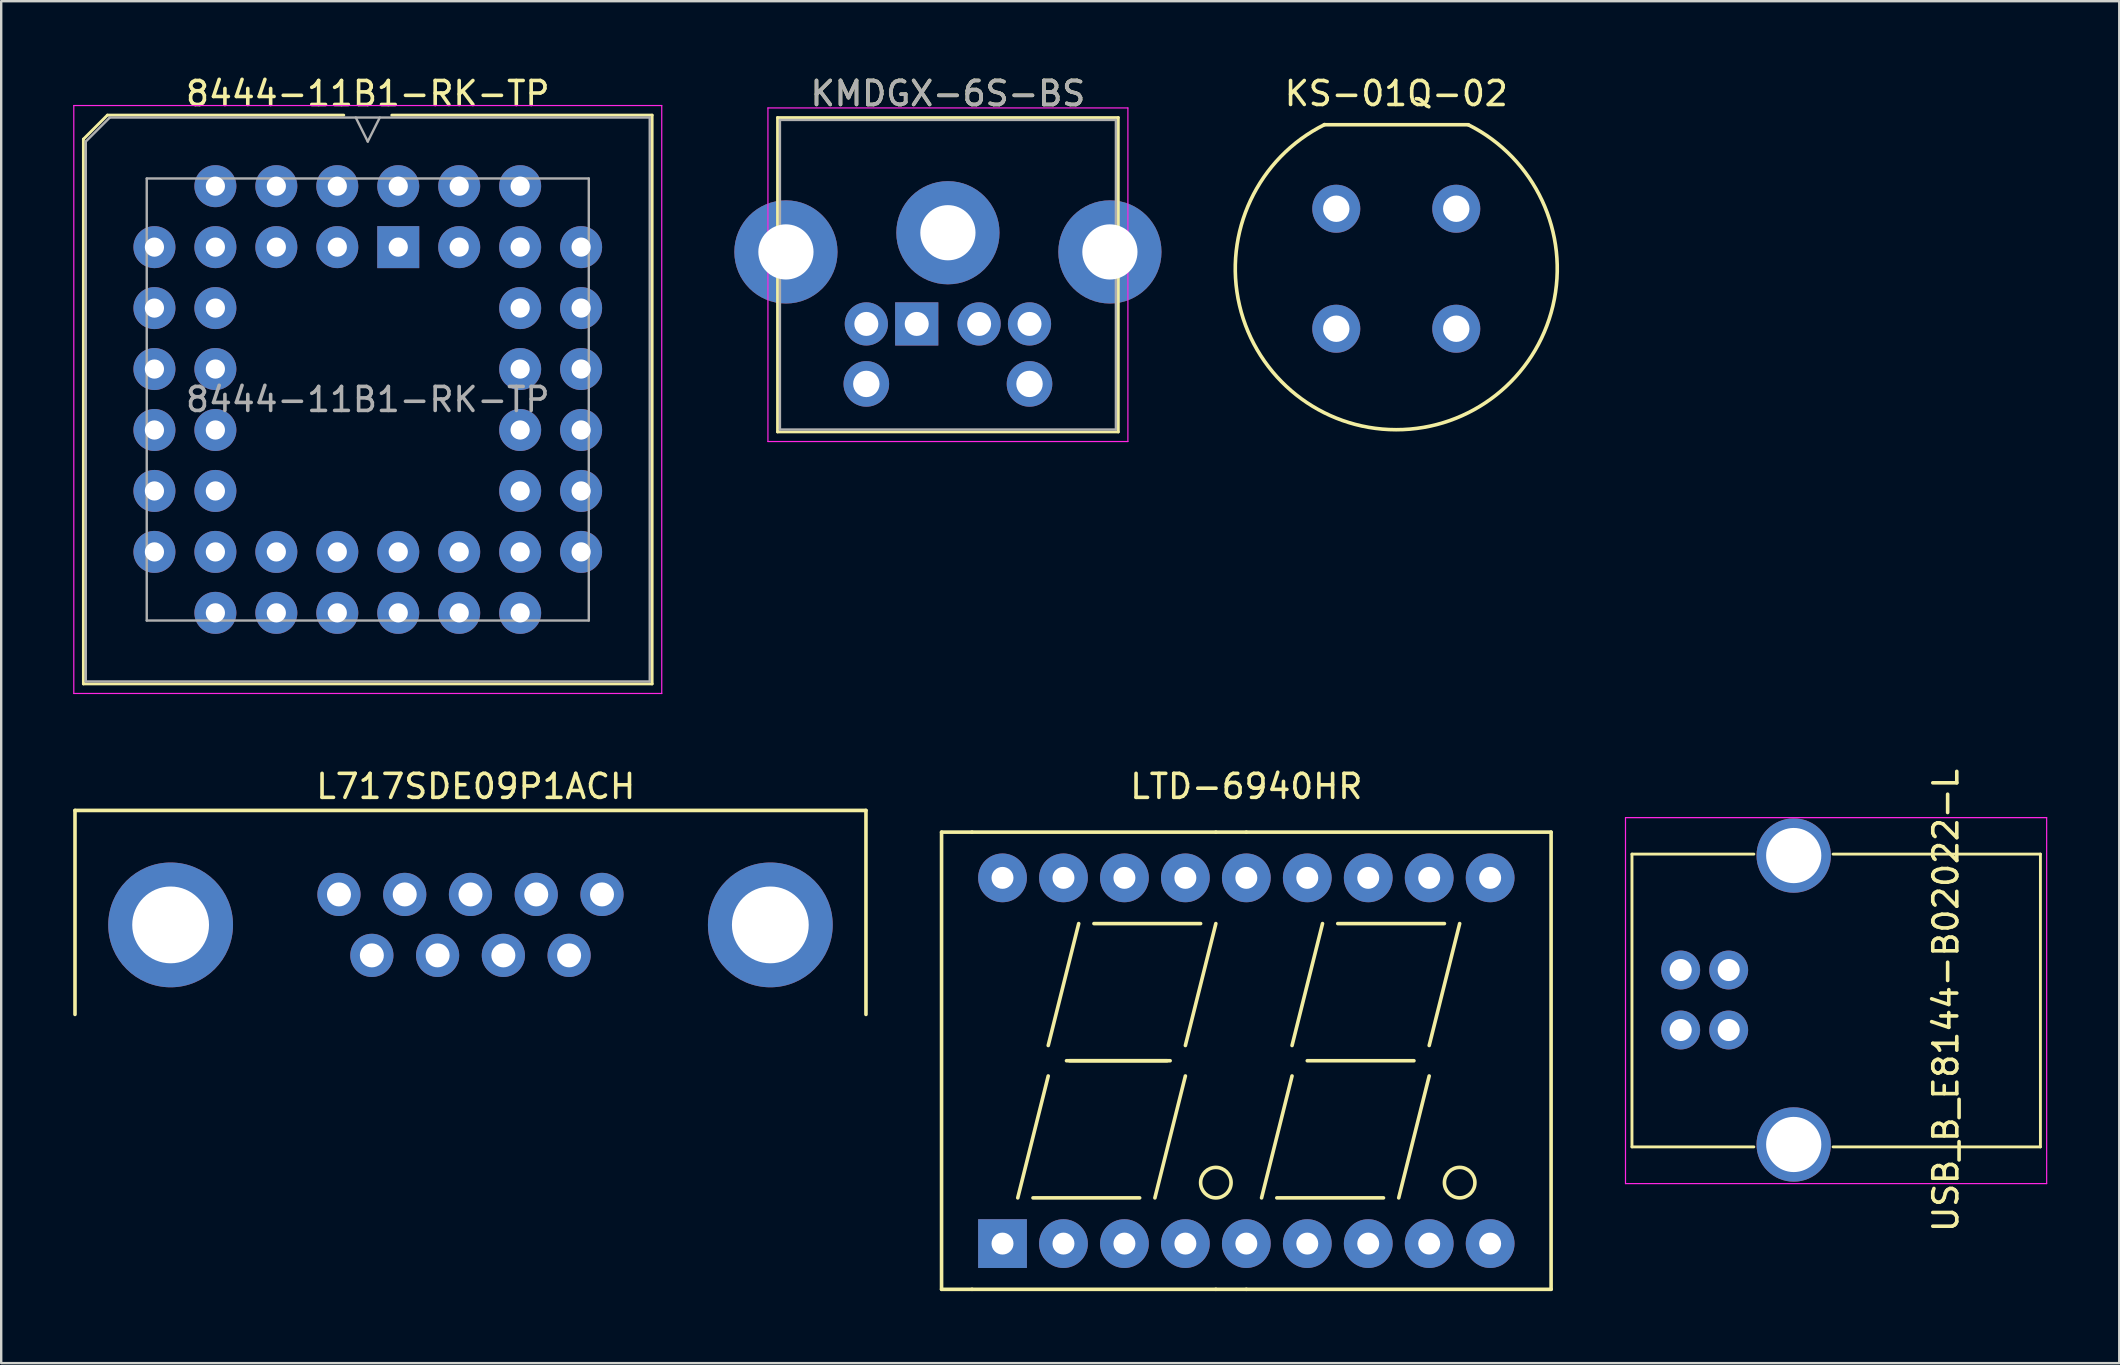
<source format=kicad_pcb>
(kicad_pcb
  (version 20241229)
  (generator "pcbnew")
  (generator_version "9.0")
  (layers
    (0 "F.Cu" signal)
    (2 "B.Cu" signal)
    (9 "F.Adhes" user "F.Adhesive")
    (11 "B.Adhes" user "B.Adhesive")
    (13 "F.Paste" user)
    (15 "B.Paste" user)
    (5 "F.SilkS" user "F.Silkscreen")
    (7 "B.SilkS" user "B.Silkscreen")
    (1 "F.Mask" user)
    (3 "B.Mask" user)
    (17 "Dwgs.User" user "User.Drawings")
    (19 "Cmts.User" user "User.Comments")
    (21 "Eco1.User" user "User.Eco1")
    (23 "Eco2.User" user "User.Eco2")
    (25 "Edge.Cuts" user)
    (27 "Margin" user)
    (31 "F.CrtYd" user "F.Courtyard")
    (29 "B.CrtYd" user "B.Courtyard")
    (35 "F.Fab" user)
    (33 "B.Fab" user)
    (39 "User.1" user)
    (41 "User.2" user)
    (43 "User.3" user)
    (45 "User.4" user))
  (footprint "L717SDE09P1ACH"
    (layer "F.Cu")
    (at 11.075 34.221)
    (property "Reference" "L717SDE09P1ACH" (at 5.7 -4.5 0) (layer "F.SilkS") (effects (font (size 1 1) (thickness 0.15))))
    (attr through_hole)
    (fp_line (start -11 -3.5) (end -11 5) (stroke (width 0.15) (type solid)) (layer "F.SilkS"))
    (fp_line (start -11 -3.5) (end 21.96 -3.5) (stroke (width 0.15) (type solid)) (layer "F.SilkS"))
    (fp_line (start 21.96 -3.5) (end 21.96 5) (stroke (width 0.15) (type solid)) (layer "F.SilkS"))
    (pad "0" thru_hole circle (at -7.015 1.27) (size 5.2 5.2) (drill 3.2) (layers "*.Cu" "*.Mask"))
    (pad "0" thru_hole circle (at 17.975 1.27) (size 5.2 5.2) (drill 3.2) (layers "*.Cu" "*.Mask"))
    (pad "1" thru_hole circle (at 0 0) (size 1.8 1.8) (drill 1) (layers "*.Cu" "*.Mask"))
    (pad "2" thru_hole circle (at 2.74 0) (size 1.8 1.8) (drill 1) (layers "*.Cu" "*.Mask"))
    (pad "3" thru_hole circle (at 5.48 0) (size 1.8 1.8) (drill 1) (layers "*.Cu" "*.Mask"))
    (pad "4" thru_hole circle (at 8.22 0) (size 1.8 1.8) (drill 1) (layers "*.Cu" "*.Mask"))
    (pad "5" thru_hole circle (at 10.96 0) (size 1.8 1.8) (drill 1) (layers "*.Cu" "*.Mask"))
    (pad "6" thru_hole circle (at 1.37 2.54) (size 1.8 1.8) (drill 1) (layers "*.Cu" "*.Mask"))
    (pad "7" thru_hole circle (at 4.11 2.54) (size 1.8 1.8) (drill 1) (layers "*.Cu" "*.Mask"))
    (pad "8" thru_hole circle (at 6.85 2.54) (size 1.8 1.8) (drill 1) (layers "*.Cu" "*.Mask"))
    (pad "9" thru_hole circle (at 9.59 2.54) (size 1.8 1.8) (drill 1) (layers "*.Cu" "*.Mask")))
  (footprint "LTD-6940HR"
    (layer "F.Cu")
    (at 48.885 41.151)
    (property "Reference" "LTD-6940HR" (at 0 -11.43 0) (layer "F.SilkS") (effects (font (size 1 1) (thickness 0.15))))
    (attr through_hole)
    (fp_line (start -12.7 -9.525) (end -12.7 9.525) (stroke (width 0.15) (type solid)) (layer "F.SilkS"))
    (fp_line (start -12.7 9.525) (end -11.43 9.525) (stroke (width 0.15) (type solid)) (layer "F.SilkS"))
    (fp_line (start -11.43 -9.525) (end -12.7 -9.525) (stroke (width 0.15) (type solid)) (layer "F.SilkS"))
    (fp_line (start -11.43 9.525) (end -1.27 9.525) (stroke (width 0.15) (type solid)) (layer "F.SilkS"))
    (fp_line (start -8.89 5.715) (end -4.445 5.715) (stroke (width 0.15) (type solid)) (layer "F.SilkS"))
    (fp_line (start -8.255 -0.635) (end -6.985 -5.715) (stroke (width 0.15) (type solid)) (layer "F.SilkS"))
    (fp_line (start -8.255 0.635) (end -9.525 5.715) (stroke (width 0.15) (type solid)) (layer "F.SilkS"))
    (fp_line (start -7.493 0) (end -3.175 0) (stroke (width 0.15) (type solid)) (layer "F.SilkS"))
    (fp_line (start -7.366 0) (end -3.302 0) (stroke (width 0.15) (type solid)) (layer "F.SilkS"))
    (fp_line (start -6.35 -5.715) (end -1.905 -5.715) (stroke (width 0.15) (type solid)) (layer "F.SilkS"))
    (fp_line (start -2.54 -0.635) (end -1.27 -5.715) (stroke (width 0.15) (type solid)) (layer "F.SilkS"))
    (fp_line (start -2.54 0.635) (end -3.81 5.715) (stroke (width 0.15) (type solid)) (layer "F.SilkS"))
    (fp_line (start -1.27 -9.525) (end -11.43 -9.525) (stroke (width 0.15) (type solid)) (layer "F.SilkS"))
    (fp_line (start -1.27 9.525) (end 0 9.525) (stroke (width 0.15) (type solid)) (layer "F.SilkS"))
    (fp_line (start 0 -9.525) (end -1.27 -9.525) (stroke (width 0.15) (type solid)) (layer "F.SilkS"))
    (fp_line (start 0 -9.525) (end 12.7 -9.525) (stroke (width 0.15) (type solid)) (layer "F.SilkS"))
    (fp_line (start 0.635 5.715) (end 1.905 0.635) (stroke (width 0.15) (type solid)) (layer "F.SilkS"))
    (fp_line (start 1.27 5.715) (end 5.715 5.715) (stroke (width 0.15) (type solid)) (layer "F.SilkS"))
    (fp_line (start 1.905 -0.635) (end 3.175 -5.715) (stroke (width 0.15) (type solid)) (layer "F.SilkS"))
    (fp_line (start 2.54 0) (end 6.985 0) (stroke (width 0.15) (type solid)) (layer "F.SilkS"))
    (fp_line (start 3.81 -5.715) (end 8.255 -5.715) (stroke (width 0.15) (type solid)) (layer "F.SilkS"))
    (fp_line (start 7.62 -0.635) (end 8.89 -5.715) (stroke (width 0.15) (type solid)) (layer "F.SilkS"))
    (fp_line (start 7.62 0.635) (end 6.35 5.715) (stroke (width 0.15) (type solid)) (layer "F.SilkS"))
    (fp_line (start 12.7 -9.525) (end 12.7 9.525) (stroke (width 0.15) (type solid)) (layer "F.SilkS"))
    (fp_line (start 12.7 9.525) (end 0 9.525) (stroke (width 0.15) (type solid)) (layer "F.SilkS"))
    (fp_circle (center -1.27 5.08) (end -0.635 5.08) (stroke (width 0.15) (type solid)) (fill no) (layer "F.SilkS"))
    (fp_circle (center 8.89 5.08) (end 9.525 5.08) (stroke (width 0.15) (type solid)) (fill no) (layer "F.SilkS"))
    (pad "1" thru_hole rect (at -10.16 7.62) (size 2.032 2.032) (drill 0.914) (layers "*.Cu" "*.Mask"))
    (pad "2" thru_hole circle (at -7.62 7.62) (size 2.032 2.032) (drill 0.914) (layers "*.Cu" "*.Mask"))
    (pad "3" thru_hole circle (at -5.08 7.62) (size 2.032 2.032) (drill 0.914) (layers "*.Cu" "*.Mask"))
    (pad "4" thru_hole circle (at -2.54 7.62) (size 2.032 2.032) (drill 0.914) (layers "*.Cu" "*.Mask"))
    (pad "5" thru_hole circle (at 0 7.62) (size 2.032 2.032) (drill 0.914) (layers "*.Cu" "*.Mask"))
    (pad "6" thru_hole circle (at 2.54 7.62) (size 2.032 2.032) (drill 0.914) (layers "*.Cu" "*.Mask"))
    (pad "7" thru_hole circle (at 5.08 7.62) (size 2.032 2.032) (drill 0.914) (layers "*.Cu" "*.Mask"))
    (pad "8" thru_hole circle (at 7.62 7.62) (size 2.032 2.032) (drill 0.914) (layers "*.Cu" "*.Mask"))
    (pad "9" thru_hole circle (at 10.16 7.62) (size 2.032 2.032) (drill 0.914) (layers "*.Cu" "*.Mask"))
    (pad "10" thru_hole circle (at 10.16 -7.62) (size 2.032 2.032) (drill 0.914) (layers "*.Cu" "*.Mask"))
    (pad "11" thru_hole circle (at 7.62 -7.62) (size 2.032 2.032) (drill 0.914) (layers "*.Cu" "*.Mask"))
    (pad "12" thru_hole circle (at 5.08 -7.62) (size 2.032 2.032) (drill 0.914) (layers "*.Cu" "*.Mask"))
    (pad "13" thru_hole circle (at 2.54 -7.62) (size 2.032 2.032) (drill 0.914) (layers "*.Cu" "*.Mask"))
    (pad "14" thru_hole circle (at 0 -7.62) (size 2.032 2.032) (drill 0.914) (layers "*.Cu" "*.Mask"))
    (pad "15" thru_hole circle (at -2.54 -7.62) (size 2.032 2.032) (drill 0.914) (layers "*.Cu" "*.Mask"))
    (pad "16" thru_hole circle (at -5.08 -7.62) (size 2.032 2.032) (drill 0.914) (layers "*.Cu" "*.Mask"))
    (pad "17" thru_hole circle (at -7.62 -7.62) (size 2.032 2.032) (drill 0.914) (layers "*.Cu" "*.Mask"))
    (pad "18" thru_hole circle (at -10.16 -7.62) (size 2.032 2.032) (drill 0.914) (layers "*.Cu" "*.Mask")))
  (footprint "KS-01Q-02"
    (layer "F.Cu")
    (at 55.133 8.148)
    (property "Reference" "KS-01Q-02" (at 0 -7.3 0) (layer "F.SilkS") (effects (font (size 1 1) (thickness 0.15))))
    (attr through_hole)
    (fp_line (start -3 -6) (end 3 -6) (stroke (width 0.15) (type solid)) (layer "F.SilkS"))
    (fp_arc (start 3 -6) (mid -0.007616 6.7082) (end -2.986368 -6.006797) (stroke (width 0.15) (type solid)) (layer "F.SilkS"))
    (pad "1" thru_hole circle (at -2.5 -2.5) (size 2 2) (drill 1.1) (layers "*.Cu" "*.Mask"))
    (pad "1" thru_hole circle (at -2.5 2.5) (size 2 2) (drill 1.1) (layers "*.Cu" "*.Mask"))
    (pad "2" thru_hole circle (at 2.5 -2.5) (size 2 2) (drill 1.1) (layers "*.Cu" "*.Mask"))
    (pad "2" thru_hole circle (at 2.5 2.5) (size 2 2) (drill 1.1) (layers "*.Cu" "*.Mask")))
  (footprint "KMDGX-6S-BS"
    (layer "F.Cu")
    (at 36.45 1.948)
    (property "Reference" "KMDGX-6S-BS" (at 0 -1.1 0) (layer "F.SilkS") (effects (font (size 1 1) (thickness 0.15))))
    (attr through_hole)
    (fp_line (start -7.1 -0.1) (end -7.1 13) (stroke (width 0.12) (type solid)) (layer "F.SilkS"))
    (fp_line (start -7.1 -0.1) (end 7.1 -0.1) (stroke (width 0.12) (type solid)) (layer "F.SilkS"))
    (fp_line (start -7.1 13) (end 7.1 13) (stroke (width 0.12) (type solid)) (layer "F.SilkS"))
    (fp_line (start 7.1 -0.1) (end 7.1 13) (stroke (width 0.12) (type solid)) (layer "F.SilkS"))
    (fp_line (start -7.5 -0.5) (end -7.5 13.4) (stroke (width 0.05) (type solid)) (layer "F.CrtYd"))
    (fp_line (start -7.5 -0.5) (end 7.5 -0.5) (stroke (width 0.05) (type solid)) (layer "F.CrtYd"))
    (fp_line (start -7.5 13.4) (end 7.5 13.4) (stroke (width 0.05) (type solid)) (layer "F.CrtYd"))
    (fp_line (start 7.5 -0.5) (end 7.5 13.4) (stroke (width 0.05) (type solid)) (layer "F.CrtYd"))
    (fp_line (start -7 0) (end -7 12.9) (stroke (width 0.1) (type solid)) (layer "F.Fab"))
    (fp_line (start -7 0) (end 7 0) (stroke (width 0.1) (type solid)) (layer "F.Fab"))
    (fp_line (start -7 12.9) (end 7 12.9) (stroke (width 0.1) (type solid)) (layer "F.Fab"))
    (fp_line (start 7 0) (end 7 12.9) (stroke (width 0.1) (type solid)) (layer "F.Fab"))
    (fp_text user "${REFERENCE}" (at 0 -1.1 0) (layer "F.Fab") (effects (font (size 1 1) (thickness 0.15))))
    (pad "1" thru_hole rect (at -1.3 8.5) (size 1.8 1.8) (drill 1) (layers "*.Cu" "*.Mask"))
    (pad "2" thru_hole circle (at 1.3 8.5) (size 1.8 1.8) (drill 1) (layers "*.Cu" "*.Mask"))
    (pad "3" thru_hole circle (at -3.4 8.5) (size 1.8 1.8) (drill 1) (layers "*.Cu" "*.Mask"))
    (pad "5" thru_hole circle (at 3.4 8.5) (size 1.8 1.8) (drill 1) (layers "*.Cu" "*.Mask"))
    (pad "6" thru_hole circle (at -3.4 11) (size 1.9 1.9) (drill 1.1) (layers "*.Cu" "*.Mask"))
    (pad "8" thru_hole circle (at 3.4 11) (size 1.9 1.9) (drill 1.1) (layers "*.Cu" "*.Mask"))
    (pad "9" thru_hole circle (at -6.75 5.5) (size 4.3 4.3) (drill 2.3) (layers "*.Cu" "*.Mask"))
    (pad "9" thru_hole circle (at 0 4.7) (size 4.3 4.3) (drill 2.3) (layers "*.Cu" "*.Mask"))
    (pad "9" thru_hole circle (at 6.75 5.5) (size 4.3 4.3) (drill 2.3) (layers "*.Cu" "*.Mask")))
  (footprint "8444-11B1-RK-TP"
    (layer "F.Cu")
    (at 13.545 7.248)
    (property "Reference" "8444-11B1-RK-TP" (at -1.27 -6.4 0) (layer "F.SilkS") (effects (font (size 1 1) (thickness 0.15))))
    (attr through_hole)
    (fp_line (start -13.12 -4.5) (end -13.12 18.2) (stroke (width 0.12) (type solid)) (layer "F.SilkS"))
    (fp_line (start -13.12 18.2) (end 10.58 18.2) (stroke (width 0.12) (type solid)) (layer "F.SilkS"))
    (fp_line (start -12.12 -5.5) (end -13.12 -4.5) (stroke (width 0.12) (type solid)) (layer "F.SilkS"))
    (fp_line (start -2.27 -5.5) (end -12.12 -5.5) (stroke (width 0.12) (type solid)) (layer "F.SilkS"))
    (fp_line (start 10.58 -5.5) (end -0.27 -5.5) (stroke (width 0.12) (type solid)) (layer "F.SilkS"))
    (fp_line (start 10.58 18.2) (end 10.58 -5.5) (stroke (width 0.12) (type solid)) (layer "F.SilkS"))
    (fp_line (start -13.52 -5.9) (end -13.52 18.6) (stroke (width 0.05) (type solid)) (layer "F.CrtYd"))
    (fp_line (start -13.52 18.6) (end 10.98 18.6) (stroke (width 0.05) (type solid)) (layer "F.CrtYd"))
    (fp_line (start 10.98 -5.9) (end -13.52 -5.9) (stroke (width 0.05) (type solid)) (layer "F.CrtYd"))
    (fp_line (start 10.98 18.6) (end 10.98 -5.9) (stroke (width 0.05) (type solid)) (layer "F.CrtYd"))
    (fp_line (start -13.02 -4.4) (end -13.02 18.1) (stroke (width 0.1) (type solid)) (layer "F.Fab"))
    (fp_line (start -13.02 18.1) (end 10.48 18.1) (stroke (width 0.1) (type solid)) (layer "F.Fab"))
    (fp_line (start -12.02 -5.4) (end -13.02 -4.4) (stroke (width 0.1) (type solid)) (layer "F.Fab"))
    (fp_line (start -10.48 -2.86) (end -10.48 15.56) (stroke (width 0.1) (type solid)) (layer "F.Fab"))
    (fp_line (start -10.48 15.56) (end 7.94 15.56) (stroke (width 0.1) (type solid)) (layer "F.Fab"))
    (fp_line (start -1.77 -5.4) (end -1.27 -4.4) (stroke (width 0.1) (type solid)) (layer "F.Fab"))
    (fp_line (start -1.27 -4.4) (end -0.77 -5.4) (stroke (width 0.1) (type solid)) (layer "F.Fab"))
    (fp_line (start 7.94 -2.86) (end -10.48 -2.86) (stroke (width 0.1) (type solid)) (layer "F.Fab"))
    (fp_line (start 7.94 15.56) (end 7.94 -2.86) (stroke (width 0.1) (type solid)) (layer "F.Fab"))
    (fp_line (start 10.48 -5.4) (end -12.02 -5.4) (stroke (width 0.1) (type solid)) (layer "F.Fab"))
    (fp_line (start 10.48 18.1) (end 10.48 -5.4) (stroke (width 0.1) (type solid)) (layer "F.Fab"))
    (fp_text user "${REFERENCE}" (at -1.27 6.35 0) (layer "F.Fab") (effects (font (size 1 1) (thickness 0.15))))
    (pad "1" thru_hole rect (at 0 0) (size 1.75 1.75) (drill 0.8) (layers "*.Cu" "*.Mask"))
    (pad "2" thru_hole circle (at -2.54 -2.54) (size 1.75 1.75) (drill 0.8) (layers "*.Cu" "*.Mask"))
    (pad "3" thru_hole circle (at -2.54 0) (size 1.75 1.75) (drill 0.8) (layers "*.Cu" "*.Mask"))
    (pad "4" thru_hole circle (at -5.08 -2.54) (size 1.75 1.75) (drill 0.8) (layers "*.Cu" "*.Mask"))
    (pad "5" thru_hole circle (at -5.08 0) (size 1.75 1.75) (drill 0.8) (layers "*.Cu" "*.Mask"))
    (pad "6" thru_hole circle (at -7.62 -2.54) (size 1.75 1.75) (drill 0.8) (layers "*.Cu" "*.Mask"))
    (pad "7" thru_hole circle (at -10.16 0) (size 1.75 1.75) (drill 0.8) (layers "*.Cu" "*.Mask"))
    (pad "8" thru_hole circle (at -7.62 0) (size 1.75 1.75) (drill 0.8) (layers "*.Cu" "*.Mask"))
    (pad "9" thru_hole circle (at -10.16 2.54) (size 1.75 1.75) (drill 0.8) (layers "*.Cu" "*.Mask"))
    (pad "10" thru_hole circle (at -7.62 2.54) (size 1.75 1.75) (drill 0.8) (layers "*.Cu" "*.Mask"))
    (pad "11" thru_hole circle (at -10.16 5.08) (size 1.75 1.75) (drill 0.8) (layers "*.Cu" "*.Mask"))
    (pad "12" thru_hole circle (at -7.62 5.08) (size 1.75 1.75) (drill 0.8) (layers "*.Cu" "*.Mask"))
    (pad "13" thru_hole circle (at -10.16 7.62) (size 1.75 1.75) (drill 0.8) (layers "*.Cu" "*.Mask"))
    (pad "14" thru_hole circle (at -7.62 7.62) (size 1.75 1.75) (drill 0.8) (layers "*.Cu" "*.Mask"))
    (pad "15" thru_hole circle (at -10.16 10.16) (size 1.75 1.75) (drill 0.8) (layers "*.Cu" "*.Mask"))
    (pad "16" thru_hole circle (at -7.62 10.16) (size 1.75 1.75) (drill 0.8) (layers "*.Cu" "*.Mask"))
    (pad "17" thru_hole circle (at -10.16 12.7) (size 1.75 1.75) (drill 0.8) (layers "*.Cu" "*.Mask"))
    (pad "18" thru_hole circle (at -7.62 15.24) (size 1.75 1.75) (drill 0.8) (layers "*.Cu" "*.Mask"))
    (pad "19" thru_hole circle (at -7.62 12.7) (size 1.75 1.75) (drill 0.8) (layers "*.Cu" "*.Mask"))
    (pad "20" thru_hole circle (at -5.08 15.24) (size 1.75 1.75) (drill 0.8) (layers "*.Cu" "*.Mask"))
    (pad "21" thru_hole circle (at -5.08 12.7) (size 1.75 1.75) (drill 0.8) (layers "*.Cu" "*.Mask"))
    (pad "22" thru_hole circle (at -2.54 15.24) (size 1.75 1.75) (drill 0.8) (layers "*.Cu" "*.Mask"))
    (pad "23" thru_hole circle (at -2.54 12.7) (size 1.75 1.75) (drill 0.8) (layers "*.Cu" "*.Mask"))
    (pad "24" thru_hole circle (at 0 15.24) (size 1.75 1.75) (drill 0.8) (layers "*.Cu" "*.Mask"))
    (pad "25" thru_hole circle (at 0 12.7) (size 1.75 1.75) (drill 0.8) (layers "*.Cu" "*.Mask"))
    (pad "26" thru_hole circle (at 2.54 15.24) (size 1.75 1.75) (drill 0.8) (layers "*.Cu" "*.Mask"))
    (pad "27" thru_hole circle (at 2.54 12.7) (size 1.75 1.75) (drill 0.8) (layers "*.Cu" "*.Mask"))
    (pad "28" thru_hole circle (at 5.08 15.24) (size 1.75 1.75) (drill 0.8) (layers "*.Cu" "*.Mask"))
    (pad "29" thru_hole circle (at 7.62 12.7) (size 1.75 1.75) (drill 0.8) (layers "*.Cu" "*.Mask"))
    (pad "30" thru_hole circle (at 5.08 12.7) (size 1.75 1.75) (drill 0.8) (layers "*.Cu" "*.Mask"))
    (pad "31" thru_hole circle (at 7.62 10.16) (size 1.75 1.75) (drill 0.8) (layers "*.Cu" "*.Mask"))
    (pad "32" thru_hole circle (at 5.08 10.16) (size 1.75 1.75) (drill 0.8) (layers "*.Cu" "*.Mask"))
    (pad "33" thru_hole circle (at 7.62 7.62) (size 1.75 1.75) (drill 0.8) (layers "*.Cu" "*.Mask"))
    (pad "34" thru_hole circle (at 5.08 7.62) (size 1.75 1.75) (drill 0.8) (layers "*.Cu" "*.Mask"))
    (pad "35" thru_hole circle (at 7.62 5.08) (size 1.75 1.75) (drill 0.8) (layers "*.Cu" "*.Mask"))
    (pad "36" thru_hole circle (at 5.08 5.08) (size 1.75 1.75) (drill 0.8) (layers "*.Cu" "*.Mask"))
    (pad "37" thru_hole circle (at 7.62 2.54) (size 1.75 1.75) (drill 0.8) (layers "*.Cu" "*.Mask"))
    (pad "38" thru_hole circle (at 5.08 2.54) (size 1.75 1.75) (drill 0.8) (layers "*.Cu" "*.Mask"))
    (pad "39" thru_hole circle (at 7.62 0) (size 1.75 1.75) (drill 0.8) (layers "*.Cu" "*.Mask"))
    (pad "40" thru_hole circle (at 5.08 -2.54) (size 1.75 1.75) (drill 0.8) (layers "*.Cu" "*.Mask"))
    (pad "41" thru_hole circle (at 5.08 0) (size 1.75 1.75) (drill 0.8) (layers "*.Cu" "*.Mask"))
    (pad "42" thru_hole circle (at 2.54 -2.54) (size 1.75 1.75) (drill 0.8) (layers "*.Cu" "*.Mask"))
    (pad "43" thru_hole circle (at 2.54 0) (size 1.75 1.75) (drill 0.8) (layers "*.Cu" "*.Mask"))
    (pad "44" thru_hole circle (at 0 -2.54) (size 1.75 1.75) (drill 0.8) (layers "*.Cu" "*.Mask")))
  (footprint "USB_B_E8144-B02022-L"
    (layer "F.Cu")
    (at 66.985 37.371)
    (property "Reference" "USB_B_E8144-B02022-L" (at 11.05 1.27 90) (layer "F.SilkS") (effects (font (size 1 1) (thickness 0.15))))
    (attr through_hole)
    (fp_line (start -2.03 -4.83) (end 3.05 -4.83) (stroke (width 0.12) (type solid)) (layer "F.SilkS"))
    (fp_line (start -2.03 7.37) (end -2.03 -4.83) (stroke (width 0.12) (type solid)) (layer "F.SilkS"))
    (fp_line (start -2.03 7.37) (end 3.05 7.37) (stroke (width 0.12) (type solid)) (layer "F.SilkS"))
    (fp_line (start 6.35 -4.83) (end 14.99 -4.83) (stroke (width 0.12) (type solid)) (layer "F.SilkS"))
    (fp_line (start 6.35 7.37) (end 14.99 7.37) (stroke (width 0.12) (type solid)) (layer "F.SilkS"))
    (fp_line (start 14.99 -4.83) (end 14.99 7.37) (stroke (width 0.12) (type solid)) (layer "F.SilkS"))
    (fp_line (start -2.3 -6.35) (end 15.25 -6.35) (stroke (width 0.05) (type solid)) (layer "F.CrtYd"))
    (fp_line (start -2.3 8.9) (end -2.3 -6.35) (stroke (width 0.05) (type solid)) (layer "F.CrtYd"))
    (fp_line (start 15.25 -6.35) (end 15.25 8.9) (stroke (width 0.05) (type solid)) (layer "F.CrtYd"))
    (fp_line (start 15.25 8.9) (end -2.3 8.9) (stroke (width 0.05) (type solid)) (layer "F.CrtYd"))
    (pad "1" thru_hole circle (at 0 0 270) (size 1.62 1.62) (drill 0.92) (layers "*.Cu" "*.Mask"))
    (pad "2" thru_hole circle (at 0 2.5 270) (size 1.62 1.62) (drill 0.92) (layers "*.Cu" "*.Mask"))
    (pad "3" thru_hole circle (at 2 2.5 270) (size 1.62 1.62) (drill 0.92) (layers "*.Cu" "*.Mask"))
    (pad "4" thru_hole circle (at 2 0 270) (size 1.62 1.62) (drill 0.92) (layers "*.Cu" "*.Mask"))
    (pad "5" thru_hole circle (at 4.71 -4.77 270) (size 3.1 3.1) (drill 2.3) (layers "*.Cu" "*.Mask"))
    (pad "5" thru_hole circle (at 4.71 7.27 270) (size 3.1 3.1) (drill 2.3) (layers "*.Cu" "*.Mask")))
  (gr_rect
    (start -3 -3)
    (end 85.26 53.752)
    (stroke (width 0.1) (type default))
    (fill no)
    (layer "Edge.Cuts")))
</source>
